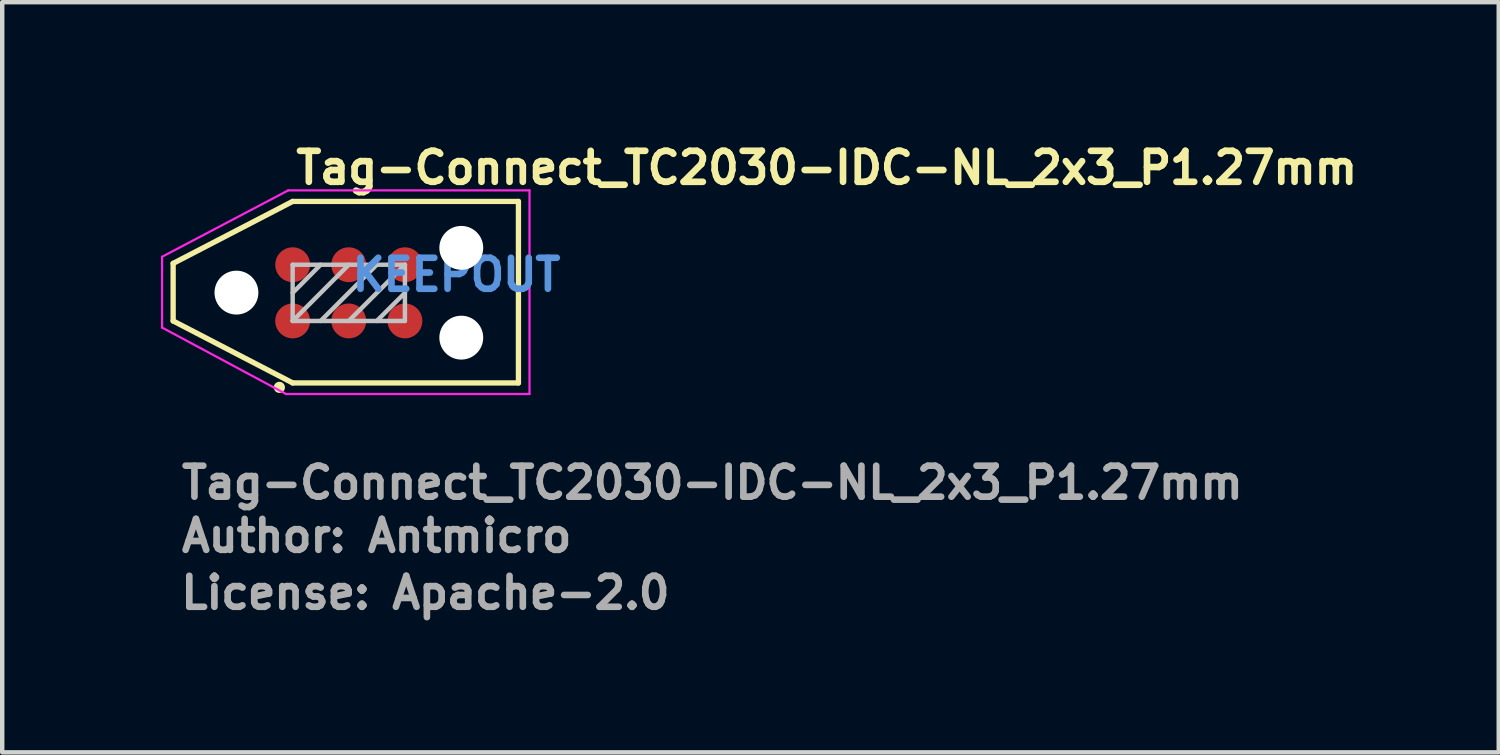
<source format=kicad_pcb>
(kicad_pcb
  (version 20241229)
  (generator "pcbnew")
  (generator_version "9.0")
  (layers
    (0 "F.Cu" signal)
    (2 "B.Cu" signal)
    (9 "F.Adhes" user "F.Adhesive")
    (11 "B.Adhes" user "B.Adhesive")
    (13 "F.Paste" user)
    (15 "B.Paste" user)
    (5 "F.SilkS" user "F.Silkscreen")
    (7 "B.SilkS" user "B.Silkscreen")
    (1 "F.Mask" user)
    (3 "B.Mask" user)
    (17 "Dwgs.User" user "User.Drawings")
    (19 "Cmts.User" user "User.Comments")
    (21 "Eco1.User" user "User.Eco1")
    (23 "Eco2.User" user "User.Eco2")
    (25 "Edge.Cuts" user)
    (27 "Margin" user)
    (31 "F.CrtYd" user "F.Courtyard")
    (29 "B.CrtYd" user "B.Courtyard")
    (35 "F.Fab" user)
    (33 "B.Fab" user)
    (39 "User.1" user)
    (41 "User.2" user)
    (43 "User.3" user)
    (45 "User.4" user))
  (footprint "Tag-Connect_TC2030-IDC-NL_2x3_P1.27mm"
    (layer "F.Cu")
    (at 3.561 4.2)
    (property "Reference" "Tag-Connect_TC2030-IDC-NL_2x3_P1.27mm" (at 0 -3.05 0) (layer "F.SilkS") (effects (font (size 0.7 0.7) (thickness 0.15)) (justify left bottom)))
    (attr exclude_from_bom)
    (fp_line (start -2.7 -1.3) (end 0 -2.7) (stroke (width 0.12) (type solid)) (layer "F.SilkS"))
    (fp_line (start -2.7 0) (end -2.7 -1.3) (stroke (width 0.12) (type solid)) (layer "F.SilkS"))
    (fp_line (start 0 -2.7) (end 5.1 -2.7) (stroke (width 0.12) (type solid)) (layer "F.SilkS"))
    (fp_line (start 0 1.4) (end -2.7 0) (stroke (width 0.12) (type solid)) (layer "F.SilkS"))
    (fp_line (start 5.1 -2.7) (end 5.1 1.4) (stroke (width 0.12) (type solid)) (layer "F.SilkS"))
    (fp_line (start 5.1 1.4) (end 0 1.4) (stroke (width 0.12) (type solid)) (layer "F.SilkS"))
    (fp_circle (center -0.3 1.5) (end -0.249 1.5) (stroke (width 0.15) (type solid)) (fill yes) (layer "F.SilkS"))
    (fp_line (start 0 -1.27) (end 2.536 -1.27) (stroke (width 0.1) (type solid)) (layer "Dwgs.User"))
    (fp_line (start 0 -0.634) (end 0.631 -1.27) (stroke (width 0.1) (type solid)) (layer "Dwgs.User"))
    (fp_line (start 0 0) (end 0 -1.27) (stroke (width 0.1) (type solid)) (layer "Dwgs.User"))
    (fp_line (start 0 0) (end 1.267 -1.27) (stroke (width 0.1) (type solid)) (layer "Dwgs.User"))
    (fp_line (start 0.631 0) (end 1.9 -1.27) (stroke (width 0.1) (type solid)) (layer "Dwgs.User"))
    (fp_line (start 1.267 0) (end 2.536 -1.27) (stroke (width 0.1) (type solid)) (layer "Dwgs.User"))
    (fp_line (start 1.9 0) (end 2.536 -0.634) (stroke (width 0.1) (type solid)) (layer "Dwgs.User"))
    (fp_line (start 2.536 -1.27) (end 2.536 0) (stroke (width 0.1) (type solid)) (layer "Dwgs.User"))
    (fp_line (start 2.536 0) (end 0 0) (stroke (width 0.1) (type solid)) (layer "Dwgs.User"))
    (fp_line (start -2.95 0.15) (end -2.95 -1.45) (stroke (width 0.05) (type solid)) (layer "F.CrtYd"))
    (fp_line (start -2.95 0.15) (end -0.15 1.65) (stroke (width 0.05) (type solid)) (layer "F.CrtYd"))
    (fp_line (start -0.1 -2.95) (end -2.95 -1.45) (stroke (width 0.05) (type solid)) (layer "F.CrtYd"))
    (fp_line (start -0.1 -2.95) (end 5.35 -2.95) (stroke (width 0.05) (type solid)) (layer "F.CrtYd"))
    (fp_line (start 5.35 -2.95) (end 5.35 1.65) (stroke (width 0.05) (type solid)) (layer "F.CrtYd"))
    (fp_line (start 5.35 1.65) (end -0.15 1.65) (stroke (width 0.05) (type solid)) (layer "F.CrtYd"))
    (fp_line (start -3.511 -2.552) (end -3.508 -2.629) (stroke (width 0.1) (type solid)) (layer "User.9"))
    (fp_line (start -3.511 -2.552) (end -3.505 -2.552) (stroke (width 0.1) (type solid)) (layer "User.9"))
    (fp_line (start -3.511 1.348) (end -3.511 -2.552) (stroke (width 0.1) (type solid)) (layer "User.9"))
    (fp_line (start -3.511 1.348) (end -3.511 1.348) (stroke (width 0.1) (type solid)) (layer "User.9"))
    (fp_line (start -3.511 1.348) (end -3.509 1.348) (stroke (width 0.1) (type solid)) (layer "User.9"))
    (fp_line (start -3.509 1.348) (end -3.506 1.348) (stroke (width 0.1) (type solid)) (layer "User.9"))
    (fp_line (start -3.508 -2.629) (end -3.499 -2.706) (stroke (width 0.1) (type solid)) (layer "User.9"))
    (fp_line (start -3.507 1.435) (end -3.511 1.348) (stroke (width 0.1) (type solid)) (layer "User.9"))
    (fp_line (start -3.506 1.348) (end -3.502 1.348) (stroke (width 0.1) (type solid)) (layer "User.9"))
    (fp_line (start -3.505 -2.552) (end -3.486 -2.552) (stroke (width 0.1) (type solid)) (layer "User.9"))
    (fp_line (start -3.502 1.348) (end -3.498 1.348) (stroke (width 0.1) (type solid)) (layer "User.9"))
    (fp_line (start -3.499 -2.706) (end -3.484 -2.782) (stroke (width 0.1) (type solid)) (layer "User.9"))
    (fp_line (start -3.498 1.348) (end -3.492 1.348) (stroke (width 0.1) (type solid)) (layer "User.9"))
    (fp_line (start -3.496 1.522) (end -3.507 1.435) (stroke (width 0.1) (type solid)) (layer "User.9"))
    (fp_line (start -3.492 1.348) (end -3.484 1.348) (stroke (width 0.1) (type solid)) (layer "User.9"))
    (fp_line (start -3.486 -2.552) (end -3.455 -2.552) (stroke (width 0.1) (type solid)) (layer "User.9"))
    (fp_line (start -3.484 -2.782) (end -3.464 -2.856) (stroke (width 0.1) (type solid)) (layer "User.9"))
    (fp_line (start -3.484 1.348) (end -3.476 1.348) (stroke (width 0.1) (type solid)) (layer "User.9"))
    (fp_line (start -3.477 1.607) (end -3.496 1.522) (stroke (width 0.1) (type solid)) (layer "User.9"))
    (fp_line (start -3.476 1.348) (end -3.467 1.348) (stroke (width 0.1) (type solid)) (layer "User.9"))
    (fp_line (start -3.467 1.348) (end -3.457 1.348) (stroke (width 0.1) (type solid)) (layer "User.9"))
    (fp_line (start -3.464 -2.856) (end -3.437 -2.929) (stroke (width 0.1) (type solid)) (layer "User.9"))
    (fp_line (start -3.457 1.348) (end -3.446 1.348) (stroke (width 0.1) (type solid)) (layer "User.9"))
    (fp_line (start -3.455 -2.552) (end -3.412 -2.552) (stroke (width 0.1) (type solid)) (layer "User.9"))
    (fp_line (start -3.451 1.69) (end -3.477 1.607) (stroke (width 0.1) (type solid)) (layer "User.9"))
    (fp_line (start -3.446 1.348) (end -3.433 1.348) (stroke (width 0.1) (type solid)) (layer "User.9"))
    (fp_line (start -3.437 -2.929) (end -3.406 -2.999) (stroke (width 0.1) (type solid)) (layer "User.9"))
    (fp_line (start -3.433 1.348) (end -3.42 1.348) (stroke (width 0.1) (type solid)) (layer "User.9"))
    (fp_line (start -3.42 1.348) (end -3.406 1.348) (stroke (width 0.1) (type solid)) (layer "User.9"))
    (fp_line (start -3.418 1.771) (end -3.451 1.69) (stroke (width 0.1) (type solid)) (layer "User.9"))
    (fp_line (start -3.412 -2.552) (end -3.358 -2.552) (stroke (width 0.1) (type solid)) (layer "User.9"))
    (fp_line (start -3.406 -2.999) (end -3.364 -3.073) (stroke (width 0.1) (type solid)) (layer "User.9"))
    (fp_line (start -3.406 1.348) (end -3.368 1.348) (stroke (width 0.1) (type solid)) (layer "User.9"))
    (fp_line (start -3.387 -3.029) (end -3.406 -2.999) (stroke (width 0.1) (type solid)) (layer "User.9"))
    (fp_line (start -3.387 1.426) (end -3.406 1.348) (stroke (width 0.1) (type solid)) (layer "User.9"))
    (fp_line (start -3.377 1.848) (end -3.418 1.771) (stroke (width 0.1) (type solid)) (layer "User.9"))
    (fp_line (start -3.368 1.348) (end -3.324 1.348) (stroke (width 0.1) (type solid)) (layer "User.9"))
    (fp_line (start -3.364 -3.073) (end -3.317 -3.144) (stroke (width 0.1) (type solid)) (layer "User.9"))
    (fp_line (start -3.361 -3.055) (end -3.387 -3.029) (stroke (width 0.1) (type solid)) (layer "User.9"))
    (fp_line (start -3.361 1.504) (end -3.387 1.426) (stroke (width 0.1) (type solid)) (layer "User.9"))
    (fp_line (start -3.358 -2.552) (end -3.293 -2.552) (stroke (width 0.1) (type solid)) (layer "User.9"))
    (fp_line (start -3.33 1.922) (end -3.377 1.848) (stroke (width 0.1) (type solid)) (layer "User.9"))
    (fp_line (start -3.33 -3.077) (end -3.361 -3.055) (stroke (width 0.1) (type solid)) (layer "User.9"))
    (fp_line (start -3.33 1.58) (end -3.361 1.504) (stroke (width 0.1) (type solid)) (layer "User.9"))
    (fp_line (start -3.324 1.348) (end -3.275 1.348) (stroke (width 0.1) (type solid)) (layer "User.9"))
    (fp_line (start -3.317 -3.144) (end -3.264 -3.21) (stroke (width 0.1) (type solid)) (layer "User.9"))
    (fp_line (start -3.293 -2.552) (end -3.218 -2.552) (stroke (width 0.1) (type solid)) (layer "User.9"))
    (fp_line (start -3.292 -3.096) (end -3.33 -3.077) (stroke (width 0.1) (type solid)) (layer "User.9"))
    (fp_line (start -3.292 1.655) (end -3.33 1.58) (stroke (width 0.1) (type solid)) (layer "User.9"))
    (fp_line (start -3.277 1.991) (end -3.33 1.922) (stroke (width 0.1) (type solid)) (layer "User.9"))
    (fp_line (start -3.275 1.348) (end -3.222 1.348) (stroke (width 0.1) (type solid)) (layer "User.9"))
    (fp_line (start -3.264 -3.21) (end -3.205 -3.272) (stroke (width 0.1) (type solid)) (layer "User.9"))
    (fp_line (start -3.249 -3.11) (end -3.292 -3.096) (stroke (width 0.1) (type solid)) (layer "User.9"))
    (fp_line (start -3.249 1.727) (end -3.292 1.655) (stroke (width 0.1) (type solid)) (layer "User.9"))
    (fp_line (start -3.222 1.348) (end -3.164 1.348) (stroke (width 0.1) (type solid)) (layer "User.9"))
    (fp_line (start -3.218 -2.552) (end -3.135 -2.552) (stroke (width 0.1) (type solid)) (layer "User.9"))
    (fp_line (start -3.218 2.055) (end -3.277 1.991) (stroke (width 0.1) (type solid)) (layer "User.9"))
    (fp_line (start -3.205 -3.272) (end -3.141 -3.328) (stroke (width 0.1) (type solid)) (layer "User.9"))
    (fp_line (start -3.201 -3.121) (end -3.249 -3.11) (stroke (width 0.1) (type solid)) (layer "User.9"))
    (fp_line (start -3.201 1.797) (end -3.249 1.727) (stroke (width 0.1) (type solid)) (layer "User.9"))
    (fp_line (start -3.164 1.348) (end -3.103 1.348) (stroke (width 0.1) (type solid)) (layer "User.9"))
    (fp_line (start -3.154 2.114) (end -3.218 2.055) (stroke (width 0.1) (type solid)) (layer "User.9"))
    (fp_line (start -3.147 -3.127) (end -3.201 -3.121) (stroke (width 0.1) (type solid)) (layer "User.9"))
    (fp_line (start -3.147 1.863) (end -3.201 1.797) (stroke (width 0.1) (type solid)) (layer "User.9"))
    (fp_line (start -3.141 -3.328) (end -3.073 -3.379) (stroke (width 0.1) (type solid)) (layer "User.9"))
    (fp_line (start -3.135 -2.552) (end -3.043 -2.552) (stroke (width 0.1) (type solid)) (layer "User.9"))
    (fp_line (start -3.103 1.348) (end -3.037 1.348) (stroke (width 0.1) (type solid)) (layer "User.9"))
    (fp_line (start -3.089 -3.129) (end -3.147 -3.127) (stroke (width 0.1) (type solid)) (layer "User.9"))
    (fp_line (start -3.089 -3.129) (end -3.026 -3.127) (stroke (width 0.1) (type solid)) (layer "User.9"))
    (fp_line (start -3.089 1.926) (end -3.147 1.863) (stroke (width 0.1) (type solid)) (layer "User.9"))
    (fp_line (start -3.089 1.926) (end -3.026 1.984) (stroke (width 0.1) (type solid)) (layer "User.9"))
    (fp_line (start -3.085 2.167) (end -3.154 2.114) (stroke (width 0.1) (type solid)) (layer "User.9"))
    (fp_line (start -3.073 -3.379) (end -3 -3.424) (stroke (width 0.1) (type solid)) (layer "User.9"))
    (fp_line (start -3.043 -2.552) (end -2.945 -2.552) (stroke (width 0.1) (type solid)) (layer "User.9"))
    (fp_line (start -3.037 1.348) (end -2.968 1.348) (stroke (width 0.1) (type solid)) (layer "User.9"))
    (fp_line (start -3.026 -3.127) (end -2.96 -3.121) (stroke (width 0.1) (type solid)) (layer "User.9"))
    (fp_line (start -3.026 1.984) (end -2.96 2.038) (stroke (width 0.1) (type solid)) (layer "User.9"))
    (fp_line (start -3.011 2.214) (end -3.085 2.167) (stroke (width 0.1) (type solid)) (layer "User.9"))
    (fp_line (start -3 -3.424) (end -2.924 -3.462) (stroke (width 0.1) (type solid)) (layer "User.9"))
    (fp_line (start -2.968 1.348) (end -2.896 1.348) (stroke (width 0.1) (type solid)) (layer "User.9"))
    (fp_line (start -2.96 -3.121) (end -2.89 -3.11) (stroke (width 0.1) (type solid)) (layer "User.9"))
    (fp_line (start -2.96 2.038) (end -2.89 2.086) (stroke (width 0.1) (type solid)) (layer "User.9"))
    (fp_line (start -2.945 -2.552) (end -2.841 -2.552) (stroke (width 0.1) (type solid)) (layer "User.9"))
    (fp_line (start -2.934 2.255) (end -3.011 2.214) (stroke (width 0.1) (type solid)) (layer "User.9"))
    (fp_line (start -2.924 -3.462) (end -2.845 -3.494) (stroke (width 0.1) (type solid)) (layer "User.9"))
    (fp_line (start -2.896 1.348) (end -2.822 1.348) (stroke (width 0.1) (type solid)) (layer "User.9"))
    (fp_line (start -2.89 -3.11) (end -2.818 -3.096) (stroke (width 0.1) (type solid)) (layer "User.9"))
    (fp_line (start -2.89 2.086) (end -2.818 2.129) (stroke (width 0.1) (type solid)) (layer "User.9"))
    (fp_line (start -2.853 2.288) (end -2.934 2.255) (stroke (width 0.1) (type solid)) (layer "User.9"))
    (fp_line (start -2.845 -3.494) (end -2.764 -3.519) (stroke (width 0.1) (type solid)) (layer "User.9"))
    (fp_line (start -2.841 -2.552) (end -2.734 -2.552) (stroke (width 0.1) (type solid)) (layer "User.9"))
    (fp_line (start -2.822 1.348) (end -2.746 1.348) (stroke (width 0.1) (type solid)) (layer "User.9"))
    (fp_line (start -2.818 -3.096) (end -2.743 -3.077) (stroke (width 0.1) (type solid)) (layer "User.9"))
    (fp_line (start -2.818 2.129) (end -2.743 2.167) (stroke (width 0.1) (type solid)) (layer "User.9"))
    (fp_line (start -2.77 2.314) (end -2.853 2.288) (stroke (width 0.1) (type solid)) (layer "User.9"))
    (fp_line (start -2.764 -3.519) (end -2.681 -3.537) (stroke (width 0.1) (type solid)) (layer "User.9"))
    (fp_line (start -2.746 1.348) (end -2.669 1.348) (stroke (width 0.1) (type solid)) (layer "User.9"))
    (fp_line (start -2.743 -3.077) (end -2.667 -3.055) (stroke (width 0.1) (type solid)) (layer "User.9"))
    (fp_line (start -2.743 2.167) (end -2.667 2.199) (stroke (width 0.1) (type solid)) (layer "User.9"))
    (fp_line (start -2.734 -2.552) (end -2.623 -2.552) (stroke (width 0.1) (type solid)) (layer "User.9"))
    (fp_line (start -2.685 2.333) (end -2.77 2.314) (stroke (width 0.1) (type solid)) (layer "User.9"))
    (fp_line (start -2.681 -3.537) (end -2.596 -3.548) (stroke (width 0.1) (type solid)) (layer "User.9"))
    (fp_line (start -2.669 1.348) (end -2.59 1.348) (stroke (width 0.1) (type solid)) (layer "User.9"))
    (fp_line (start -2.667 -3.055) (end -2.589 -3.029) (stroke (width 0.1) (type solid)) (layer "User.9"))
    (fp_line (start -2.667 2.199) (end -2.589 2.224) (stroke (width 0.1) (type solid)) (layer "User.9"))
    (fp_line (start -2.623 -2.552) (end -2.511 -2.552) (stroke (width 0.1) (type solid)) (layer "User.9"))
    (fp_line (start -2.598 2.344) (end -2.685 2.333) (stroke (width 0.1) (type solid)) (layer "User.9"))
    (fp_line (start -2.596 -3.548) (end -2.511 -3.552) (stroke (width 0.1) (type solid)) (layer "User.9"))
    (fp_line (start -2.59 1.348) (end -2.511 1.348) (stroke (width 0.1) (type solid)) (layer "User.9"))
    (fp_line (start -2.589 -3.029) (end -2.511 -2.999) (stroke (width 0.1) (type solid)) (layer "User.9"))
    (fp_line (start -2.589 2.224) (end -2.511 2.243) (stroke (width 0.1) (type solid)) (layer "User.9"))
    (fp_line (start -2.511 -3.552) (end -2.511 -3.549) (stroke (width 0.1) (type solid)) (layer "User.9"))
    (fp_line (start -2.511 -3.552) (end 4.989 -3.552) (stroke (width 0.1) (type solid)) (layer "User.9"))
    (fp_line (start -2.511 -3.549) (end -2.511 -3.539) (stroke (width 0.1) (type solid)) (layer "User.9"))
    (fp_line (start -2.511 -3.539) (end -2.511 -3.524) (stroke (width 0.1) (type solid)) (layer "User.9"))
    (fp_line (start -2.511 -3.524) (end -2.511 -3.502) (stroke (width 0.1) (type solid)) (layer "User.9"))
    (fp_line (start -2.511 -3.502) (end -2.511 -3.475) (stroke (width 0.1) (type solid)) (layer "User.9"))
    (fp_line (start -2.511 -3.475) (end -2.511 -3.441) (stroke (width 0.1) (type solid)) (layer "User.9"))
    (fp_line (start -2.511 -3.441) (end -2.511 -3.402) (stroke (width 0.1) (type solid)) (layer "User.9"))
    (fp_line (start -2.511 -3.402) (end -2.511 -3.358) (stroke (width 0.1) (type solid)) (layer "User.9"))
    (fp_line (start -2.511 -3.358) (end -2.511 -3.309) (stroke (width 0.1) (type solid)) (layer "User.9"))
    (fp_line (start -2.511 -3.309) (end -2.511 -3.255) (stroke (width 0.1) (type solid)) (layer "User.9"))
    (fp_line (start -2.511 -3.255) (end -2.511 -3.197) (stroke (width 0.1) (type solid)) (layer "User.9"))
    (fp_line (start -2.511 -3.197) (end -2.511 -3.134) (stroke (width 0.1) (type solid)) (layer "User.9"))
    (fp_line (start -2.511 -3.134) (end -2.511 -3.068) (stroke (width 0.1) (type solid)) (layer "User.9"))
    (fp_line (start -2.511 -3.068) (end -2.511 -2.999) (stroke (width 0.1) (type solid)) (layer "User.9"))
    (fp_line (start -2.511 -2.999) (end -2.511 -2.969) (stroke (width 0.1) (type solid)) (layer "User.9"))
    (fp_line (start -2.511 -2.969) (end -2.511 -2.939) (stroke (width 0.1) (type solid)) (layer "User.9"))
    (fp_line (start -2.511 -2.939) (end -2.511 -2.908) (stroke (width 0.1) (type solid)) (layer "User.9"))
    (fp_line (start -2.511 -2.908) (end -2.511 -2.877) (stroke (width 0.1) (type solid)) (layer "User.9"))
    (fp_line (start -2.511 -2.877) (end -2.511 -2.845) (stroke (width 0.1) (type solid)) (layer "User.9"))
    (fp_line (start -2.511 -2.845) (end -2.511 -2.814) (stroke (width 0.1) (type solid)) (layer "User.9"))
    (fp_line (start -2.511 -2.814) (end -2.511 -2.782) (stroke (width 0.1) (type solid)) (layer "User.9"))
    (fp_line (start -2.511 -2.782) (end -2.511 -2.749) (stroke (width 0.1) (type solid)) (layer "User.9"))
    (fp_line (start -2.511 -2.749) (end -2.511 -2.717) (stroke (width 0.1) (type solid)) (layer "User.9"))
    (fp_line (start -2.511 -2.717) (end -2.511 -2.684) (stroke (width 0.1) (type solid)) (layer "User.9"))
    (fp_line (start -2.511 -2.684) (end -2.511 -2.651) (stroke (width 0.1) (type solid)) (layer "User.9"))
    (fp_line (start -2.511 -2.651) (end -2.511 -2.618) (stroke (width 0.1) (type solid)) (layer "User.9"))
    (fp_line (start -2.511 -2.618) (end -2.511 -2.585) (stroke (width 0.1) (type solid)) (layer "User.9"))
    (fp_line (start -2.511 -2.585) (end -2.511 -2.552) (stroke (width 0.1) (type solid)) (layer "User.9"))
    (fp_line (start -2.511 -2.552) (end -2.511 1.348) (stroke (width 0.1) (type solid)) (layer "User.9"))
    (fp_line (start -2.511 -2.552) (end 4.989 -2.552) (stroke (width 0.1) (type solid)) (layer "User.9"))
    (fp_line (start -2.511 1.348) (end -2.511 1.427) (stroke (width 0.1) (type solid)) (layer "User.9"))
    (fp_line (start -2.511 1.348) (end 4.989 1.348) (stroke (width 0.1) (type solid)) (layer "User.9"))
    (fp_line (start -2.511 1.427) (end -2.511 1.506) (stroke (width 0.1) (type solid)) (layer "User.9"))
    (fp_line (start -2.511 1.506) (end -2.511 1.583) (stroke (width 0.1) (type solid)) (layer "User.9"))
    (fp_line (start -2.511 1.583) (end -2.511 1.659) (stroke (width 0.1) (type solid)) (layer "User.9"))
    (fp_line (start -2.511 1.659) (end -2.511 1.733) (stroke (width 0.1) (type solid)) (layer "User.9"))
    (fp_line (start -2.511 1.733) (end -2.511 1.805) (stroke (width 0.1) (type solid)) (layer "User.9"))
    (fp_line (start -2.511 1.805) (end -2.511 1.874) (stroke (width 0.1) (type solid)) (layer "User.9"))
    (fp_line (start -2.511 1.874) (end -2.511 1.94) (stroke (width 0.1) (type solid)) (layer "User.9"))
    (fp_line (start -2.511 1.94) (end -2.511 2.001) (stroke (width 0.1) (type solid)) (layer "User.9"))
    (fp_line (start -2.511 2.001) (end -2.511 2.059) (stroke (width 0.1) (type solid)) (layer "User.9"))
    (fp_line (start -2.511 2.059) (end -2.511 2.113) (stroke (width 0.1) (type solid)) (layer "User.9"))
    (fp_line (start -2.511 2.113) (end -2.511 2.161) (stroke (width 0.1) (type solid)) (layer "User.9"))
    (fp_line (start -2.511 2.161) (end -2.511 2.205) (stroke (width 0.1) (type solid)) (layer "User.9"))
    (fp_line (start -2.511 2.205) (end -2.511 2.243) (stroke (width 0.1) (type solid)) (layer "User.9"))
    (fp_line (start -2.511 2.243) (end -2.511 2.257) (stroke (width 0.1) (type solid)) (layer "User.9"))
    (fp_line (start -2.511 2.257) (end -2.511 2.27) (stroke (width 0.1) (type solid)) (layer "User.9"))
    (fp_line (start -2.511 2.27) (end -2.511 2.283) (stroke (width 0.1) (type solid)) (layer "User.9"))
    (fp_line (start -2.511 2.283) (end -2.511 2.294) (stroke (width 0.1) (type solid)) (layer "User.9"))
    (fp_line (start -2.511 2.294) (end -2.511 2.304) (stroke (width 0.1) (type solid)) (layer "User.9"))
    (fp_line (start -2.511 2.304) (end -2.511 2.313) (stroke (width 0.1) (type solid)) (layer "User.9"))
    (fp_line (start -2.511 2.313) (end -2.511 2.321) (stroke (width 0.1) (type solid)) (layer "User.9"))
    (fp_line (start -2.511 2.321) (end -2.511 2.329) (stroke (width 0.1) (type solid)) (layer "User.9"))
    (fp_line (start -2.511 2.329) (end -2.511 2.335) (stroke (width 0.1) (type solid)) (layer "User.9"))
    (fp_line (start -2.511 2.335) (end -2.511 2.339) (stroke (width 0.1) (type solid)) (layer "User.9"))
    (fp_line (start -2.511 2.339) (end -2.511 2.343) (stroke (width 0.1) (type solid)) (layer "User.9"))
    (fp_line (start -2.511 2.343) (end -2.511 2.346) (stroke (width 0.1) (type solid)) (layer "User.9"))
    (fp_line (start -2.511 2.346) (end -2.511 2.348) (stroke (width 0.1) (type solid)) (layer "User.9"))
    (fp_line (start -2.511 2.348) (end -2.511 2.348) (stroke (width 0.1) (type solid)) (layer "User.9"))
    (fp_line (start -2.511 2.348) (end -2.598 2.344) (stroke (width 0.1) (type solid)) (layer "User.9"))
    (fp_line (start -2.511 2.348) (end 4.989 2.348) (stroke (width 0.1) (type solid)) (layer "User.9"))
    (fp_line (start 4.989 -3.552) (end 5.074 -3.548) (stroke (width 0.1) (type solid)) (layer "User.9"))
    (fp_line (start 4.989 -3.549) (end 4.989 -3.552) (stroke (width 0.1) (type solid)) (layer "User.9"))
    (fp_line (start 4.989 -3.539) (end 4.989 -3.549) (stroke (width 0.1) (type solid)) (layer "User.9"))
    (fp_line (start 4.989 -3.524) (end 4.989 -3.539) (stroke (width 0.1) (type solid)) (layer "User.9"))
    (fp_line (start 4.989 -3.502) (end 4.989 -3.524) (stroke (width 0.1) (type solid)) (layer "User.9"))
    (fp_line (start 4.989 -3.475) (end 4.989 -3.502) (stroke (width 0.1) (type solid)) (layer "User.9"))
    (fp_line (start 4.989 -3.441) (end 4.989 -3.475) (stroke (width 0.1) (type solid)) (layer "User.9"))
    (fp_line (start 4.989 -3.402) (end 4.989 -3.441) (stroke (width 0.1) (type solid)) (layer "User.9"))
    (fp_line (start 4.989 -3.358) (end 4.989 -3.402) (stroke (width 0.1) (type solid)) (layer "User.9"))
    (fp_line (start 4.989 -3.309) (end 4.989 -3.358) (stroke (width 0.1) (type solid)) (layer "User.9"))
    (fp_line (start 4.989 -3.255) (end 4.989 -3.309) (stroke (width 0.1) (type solid)) (layer "User.9"))
    (fp_line (start 4.989 -3.197) (end 4.989 -3.255) (stroke (width 0.1) (type solid)) (layer "User.9"))
    (fp_line (start 4.989 -3.134) (end 4.989 -3.197) (stroke (width 0.1) (type solid)) (layer "User.9"))
    (fp_line (start 4.989 -3.068) (end 4.989 -3.134) (stroke (width 0.1) (type solid)) (layer "User.9"))
    (fp_line (start 4.989 -2.999) (end 4.989 -3.068) (stroke (width 0.1) (type solid)) (layer "User.9"))
    (fp_line (start 4.989 -2.969) (end 4.989 -2.999) (stroke (width 0.1) (type solid)) (layer "User.9"))
    (fp_line (start 4.989 -2.939) (end 4.989 -2.969) (stroke (width 0.1) (type solid)) (layer "User.9"))
    (fp_line (start 4.989 -2.908) (end 4.989 -2.939) (stroke (width 0.1) (type solid)) (layer "User.9"))
    (fp_line (start 4.989 -2.877) (end 4.989 -2.908) (stroke (width 0.1) (type solid)) (layer "User.9"))
    (fp_line (start 4.989 -2.845) (end 4.989 -2.877) (stroke (width 0.1) (type solid)) (layer "User.9"))
    (fp_line (start 4.989 -2.814) (end 4.989 -2.845) (stroke (width 0.1) (type solid)) (layer "User.9"))
    (fp_line (start 4.989 -2.782) (end 4.989 -2.814) (stroke (width 0.1) (type solid)) (layer "User.9"))
    (fp_line (start 4.989 -2.749) (end 4.989 -2.782) (stroke (width 0.1) (type solid)) (layer "User.9"))
    (fp_line (start 4.989 -2.717) (end 4.989 -2.749) (stroke (width 0.1) (type solid)) (layer "User.9"))
    (fp_line (start 4.989 -2.684) (end 4.989 -2.717) (stroke (width 0.1) (type solid)) (layer "User.9"))
    (fp_line (start 4.989 -2.651) (end 4.989 -2.684) (stroke (width 0.1) (type solid)) (layer "User.9"))
    (fp_line (start 4.989 -2.618) (end 4.989 -2.651) (stroke (width 0.1) (type solid)) (layer "User.9"))
    (fp_line (start 4.989 -2.585) (end 4.989 -2.618) (stroke (width 0.1) (type solid)) (layer "User.9"))
    (fp_line (start 4.989 -2.552) (end 4.989 -2.585) (stroke (width 0.1) (type solid)) (layer "User.9"))
    (fp_line (start 4.989 -2.552) (end 5.101 -2.552) (stroke (width 0.1) (type solid)) (layer "User.9"))
    (fp_line (start 4.989 1.348) (end 4.989 -2.552) (stroke (width 0.1) (type solid)) (layer "User.9"))
    (fp_line (start 4.989 1.348) (end 5.101 1.348) (stroke (width 0.1) (type solid)) (layer "User.9"))
    (fp_line (start 4.989 1.381) (end 4.989 1.348) (stroke (width 0.1) (type solid)) (layer "User.9"))
    (fp_line (start 4.989 1.414) (end 4.989 1.381) (stroke (width 0.1) (type solid)) (layer "User.9"))
    (fp_line (start 4.989 1.447) (end 4.989 1.414) (stroke (width 0.1) (type solid)) (layer "User.9"))
    (fp_line (start 4.989 1.48) (end 4.989 1.447) (stroke (width 0.1) (type solid)) (layer "User.9"))
    (fp_line (start 4.989 1.513) (end 4.989 1.48) (stroke (width 0.1) (type solid)) (layer "User.9"))
    (fp_line (start 4.989 1.546) (end 4.989 1.513) (stroke (width 0.1) (type solid)) (layer "User.9"))
    (fp_line (start 4.989 1.578) (end 4.989 1.546) (stroke (width 0.1) (type solid)) (layer "User.9"))
    (fp_line (start 4.989 1.61) (end 4.989 1.578) (stroke (width 0.1) (type solid)) (layer "User.9"))
    (fp_line (start 4.989 1.642) (end 4.989 1.61) (stroke (width 0.1) (type solid)) (layer "User.9"))
    (fp_line (start 4.989 1.673) (end 4.989 1.642) (stroke (width 0.1) (type solid)) (layer "User.9"))
    (fp_line (start 4.989 1.705) (end 4.989 1.673) (stroke (width 0.1) (type solid)) (layer "User.9"))
    (fp_line (start 4.989 1.735) (end 4.989 1.705) (stroke (width 0.1) (type solid)) (layer "User.9"))
    (fp_line (start 4.989 1.766) (end 4.989 1.735) (stroke (width 0.1) (type solid)) (layer "User.9"))
    (fp_line (start 4.989 1.795) (end 4.989 1.766) (stroke (width 0.1) (type solid)) (layer "User.9"))
    (fp_line (start 4.989 1.865) (end 4.989 1.795) (stroke (width 0.1) (type solid)) (layer "User.9"))
    (fp_line (start 4.989 1.931) (end 4.989 1.865) (stroke (width 0.1) (type solid)) (layer "User.9"))
    (fp_line (start 4.989 1.993) (end 4.989 1.931) (stroke (width 0.1) (type solid)) (layer "User.9"))
    (fp_line (start 4.989 2.052) (end 4.989 1.993) (stroke (width 0.1) (type solid)) (layer "User.9"))
    (fp_line (start 4.989 2.105) (end 4.989 2.052) (stroke (width 0.1) (type solid)) (layer "User.9"))
    (fp_line (start 4.989 2.155) (end 4.989 2.105) (stroke (width 0.1) (type solid)) (layer "User.9"))
    (fp_line (start 4.989 2.199) (end 4.989 2.155) (stroke (width 0.1) (type solid)) (layer "User.9"))
    (fp_line (start 4.989 2.238) (end 4.989 2.199) (stroke (width 0.1) (type solid)) (layer "User.9"))
    (fp_line (start 4.989 2.271) (end 4.989 2.238) (stroke (width 0.1) (type solid)) (layer "User.9"))
    (fp_line (start 4.989 2.299) (end 4.989 2.271) (stroke (width 0.1) (type solid)) (layer "User.9"))
    (fp_line (start 4.989 2.32) (end 4.989 2.299) (stroke (width 0.1) (type solid)) (layer "User.9"))
    (fp_line (start 4.989 2.336) (end 4.989 2.32) (stroke (width 0.1) (type solid)) (layer "User.9"))
    (fp_line (start 4.989 2.345) (end 4.989 2.336) (stroke (width 0.1) (type solid)) (layer "User.9"))
    (fp_line (start 4.989 2.348) (end 4.989 2.345) (stroke (width 0.1) (type solid)) (layer "User.9"))
    (fp_line (start 5.067 -3.029) (end 4.989 -2.999) (stroke (width 0.1) (type solid)) (layer "User.9"))
    (fp_line (start 5.067 1.825) (end 4.989 1.795) (stroke (width 0.1) (type solid)) (layer "User.9"))
    (fp_line (start 5.074 -3.548) (end 5.158 -3.537) (stroke (width 0.1) (type solid)) (layer "User.9"))
    (fp_line (start 5.074 2.345) (end 4.989 2.348) (stroke (width 0.1) (type solid)) (layer "User.9"))
    (fp_line (start 5.101 -2.552) (end 5.211 -2.552) (stroke (width 0.1) (type solid)) (layer "User.9"))
    (fp_line (start 5.101 1.348) (end 5.211 1.348) (stroke (width 0.1) (type solid)) (layer "User.9"))
    (fp_line (start 5.144 -3.055) (end 5.067 -3.029) (stroke (width 0.1) (type solid)) (layer "User.9"))
    (fp_line (start 5.144 1.851) (end 5.067 1.825) (stroke (width 0.1) (type solid)) (layer "User.9"))
    (fp_line (start 5.158 -3.537) (end 5.242 -3.519) (stroke (width 0.1) (type solid)) (layer "User.9"))
    (fp_line (start 5.158 2.334) (end 5.074 2.345) (stroke (width 0.1) (type solid)) (layer "User.9"))
    (fp_line (start 5.211 -2.552) (end 5.319 -2.552) (stroke (width 0.1) (type solid)) (layer "User.9"))
    (fp_line (start 5.211 1.348) (end 5.319 1.348) (stroke (width 0.1) (type solid)) (layer "User.9"))
    (fp_line (start 5.221 -3.077) (end 5.144 -3.055) (stroke (width 0.1) (type solid)) (layer "User.9"))
    (fp_line (start 5.221 1.874) (end 5.144 1.851) (stroke (width 0.1) (type solid)) (layer "User.9"))
    (fp_line (start 5.242 -3.519) (end 5.323 -3.494) (stroke (width 0.1) (type solid)) (layer "User.9"))
    (fp_line (start 5.242 2.316) (end 5.158 2.334) (stroke (width 0.1) (type solid)) (layer "User.9"))
    (fp_line (start 5.295 -3.096) (end 5.221 -3.077) (stroke (width 0.1) (type solid)) (layer "User.9"))
    (fp_line (start 5.295 1.892) (end 5.221 1.874) (stroke (width 0.1) (type solid)) (layer "User.9"))
    (fp_line (start 5.319 -2.552) (end 5.423 -2.552) (stroke (width 0.1) (type solid)) (layer "User.9"))
    (fp_line (start 5.319 1.348) (end 5.423 1.348) (stroke (width 0.1) (type solid)) (layer "User.9"))
    (fp_line (start 5.323 -3.494) (end 5.402 -3.462) (stroke (width 0.1) (type solid)) (layer "User.9"))
    (fp_line (start 5.323 2.291) (end 5.242 2.316) (stroke (width 0.1) (type solid)) (layer "User.9"))
    (fp_line (start 5.368 -3.11) (end 5.295 -3.096) (stroke (width 0.1) (type solid)) (layer "User.9"))
    (fp_line (start 5.368 1.907) (end 5.295 1.892) (stroke (width 0.1) (type solid)) (layer "User.9"))
    (fp_line (start 5.402 -3.462) (end 5.478 -3.424) (stroke (width 0.1) (type solid)) (layer "User.9"))
    (fp_line (start 5.402 2.259) (end 5.323 2.291) (stroke (width 0.1) (type solid)) (layer "User.9"))
    (fp_line (start 5.423 -2.552) (end 5.521 -2.552) (stroke (width 0.1) (type solid)) (layer "User.9"))
    (fp_line (start 5.423 1.348) (end 5.521 1.348) (stroke (width 0.1) (type solid)) (layer "User.9"))
    (fp_line (start 5.437 -3.121) (end 5.368 -3.11) (stroke (width 0.1) (type solid)) (layer "User.9"))
    (fp_line (start 5.437 1.917) (end 5.368 1.907) (stroke (width 0.1) (type solid)) (layer "User.9"))
    (fp_line (start 5.478 -3.424) (end 5.55 -3.379) (stroke (width 0.1) (type solid)) (layer "User.9"))
    (fp_line (start 5.478 2.221) (end 5.402 2.259) (stroke (width 0.1) (type solid)) (layer "User.9"))
    (fp_line (start 5.504 -3.127) (end 5.437 -3.121) (stroke (width 0.1) (type solid)) (layer "User.9"))
    (fp_line (start 5.504 1.923) (end 5.437 1.917) (stroke (width 0.1) (type solid)) (layer "User.9"))
    (fp_line (start 5.521 -2.552) (end 5.612 -2.552) (stroke (width 0.1) (type solid)) (layer "User.9"))
    (fp_line (start 5.521 1.348) (end 5.612 1.348) (stroke (width 0.1) (type solid)) (layer "User.9"))
    (fp_line (start 5.55 -3.379) (end 5.619 -3.328) (stroke (width 0.1) (type solid)) (layer "User.9"))
    (fp_line (start 5.55 2.176) (end 5.478 2.221) (stroke (width 0.1) (type solid)) (layer "User.9"))
    (fp_line (start 5.566 -3.129) (end 5.504 -3.127) (stroke (width 0.1) (type solid)) (layer "User.9"))
    (fp_line (start 5.566 -3.129) (end 5.624 -3.127) (stroke (width 0.1) (type solid)) (layer "User.9"))
    (fp_line (start 5.566 1.926) (end 5.504 1.923) (stroke (width 0.1) (type solid)) (layer "User.9"))
    (fp_line (start 5.566 1.926) (end 5.624 1.923) (stroke (width 0.1) (type solid)) (layer "User.9"))
    (fp_line (start 5.612 -2.552) (end 5.696 -2.552) (stroke (width 0.1) (type solid)) (layer "User.9"))
    (fp_line (start 5.612 1.348) (end 5.696 1.348) (stroke (width 0.1) (type solid)) (layer "User.9"))
    (fp_line (start 5.619 -3.328) (end 5.682 -3.272) (stroke (width 0.1) (type solid)) (layer "User.9"))
    (fp_line (start 5.619 2.125) (end 5.55 2.176) (stroke (width 0.1) (type solid)) (layer "User.9"))
    (fp_line (start 5.624 -3.127) (end 5.678 -3.121) (stroke (width 0.1) (type solid)) (layer "User.9"))
    (fp_line (start 5.624 1.923) (end 5.678 1.917) (stroke (width 0.1) (type solid)) (layer "User.9"))
    (fp_line (start 5.678 -3.121) (end 5.727 -3.11) (stroke (width 0.1) (type solid)) (layer "User.9"))
    (fp_line (start 5.678 1.917) (end 5.727 1.907) (stroke (width 0.1) (type solid)) (layer "User.9"))
    (fp_line (start 5.682 -3.272) (end 5.741 -3.21) (stroke (width 0.1) (type solid)) (layer "User.9"))
    (fp_line (start 5.682 2.069) (end 5.619 2.125) (stroke (width 0.1) (type solid)) (layer "User.9"))
    (fp_line (start 5.696 -2.552) (end 5.771 -2.552) (stroke (width 0.1) (type solid)) (layer "User.9"))
    (fp_line (start 5.696 1.348) (end 5.771 1.348) (stroke (width 0.1) (type solid)) (layer "User.9"))
    (fp_line (start 5.727 -3.11) (end 5.77 -3.096) (stroke (width 0.1) (type solid)) (layer "User.9"))
    (fp_line (start 5.727 1.907) (end 5.77 1.892) (stroke (width 0.1) (type solid)) (layer "User.9"))
    (fp_line (start 5.741 -3.21) (end 5.794 -3.144) (stroke (width 0.1) (type solid)) (layer "User.9"))
    (fp_line (start 5.741 2.007) (end 5.682 2.069) (stroke (width 0.1) (type solid)) (layer "User.9"))
    (fp_line (start 5.77 -3.096) (end 5.808 -3.077) (stroke (width 0.1) (type solid)) (layer "User.9"))
    (fp_line (start 5.77 1.892) (end 5.808 1.874) (stroke (width 0.1) (type solid)) (layer "User.9"))
    (fp_line (start 5.771 -2.552) (end 5.836 -2.552) (stroke (width 0.1) (type solid)) (layer "User.9"))
    (fp_line (start 5.771 1.348) (end 5.836 1.348) (stroke (width 0.1) (type solid)) (layer "User.9"))
    (fp_line (start 5.794 -3.144) (end 5.842 -3.073) (stroke (width 0.1) (type solid)) (layer "User.9"))
    (fp_line (start 5.794 1.941) (end 5.741 2.007) (stroke (width 0.1) (type solid)) (layer "User.9"))
    (fp_line (start 5.808 -3.077) (end 5.839 -3.055) (stroke (width 0.1) (type solid)) (layer "User.9"))
    (fp_line (start 5.808 1.874) (end 5.839 1.851) (stroke (width 0.1) (type solid)) (layer "User.9"))
    (fp_line (start 5.836 -2.552) (end 5.89 -2.552) (stroke (width 0.1) (type solid)) (layer "User.9"))
    (fp_line (start 5.836 1.348) (end 5.89 1.348) (stroke (width 0.1) (type solid)) (layer "User.9"))
    (fp_line (start 5.839 -3.055) (end 5.864 -3.029) (stroke (width 0.1) (type solid)) (layer "User.9"))
    (fp_line (start 5.839 1.851) (end 5.864 1.825) (stroke (width 0.1) (type solid)) (layer "User.9"))
    (fp_line (start 5.842 -3.073) (end 5.883 -2.999) (stroke (width 0.1) (type solid)) (layer "User.9"))
    (fp_line (start 5.842 1.87) (end 5.794 1.941) (stroke (width 0.1) (type solid)) (layer "User.9"))
    (fp_line (start 5.864 -3.029) (end 5.883 -2.999) (stroke (width 0.1) (type solid)) (layer "User.9"))
    (fp_line (start 5.864 1.825) (end 5.883 1.795) (stroke (width 0.1) (type solid)) (layer "User.9"))
    (fp_line (start 5.883 -2.999) (end 5.915 -2.929) (stroke (width 0.1) (type solid)) (layer "User.9"))
    (fp_line (start 5.883 1.795) (end 5.842 1.87) (stroke (width 0.1) (type solid)) (layer "User.9"))
    (fp_line (start 5.89 -2.552) (end 5.933 -2.552) (stroke (width 0.1) (type solid)) (layer "User.9"))
    (fp_line (start 5.89 1.348) (end 5.933 1.348) (stroke (width 0.1) (type solid)) (layer "User.9"))
    (fp_line (start 5.915 -2.929) (end 5.941 -2.856) (stroke (width 0.1) (type solid)) (layer "User.9"))
    (fp_line (start 5.915 1.725) (end 5.883 1.795) (stroke (width 0.1) (type solid)) (layer "User.9"))
    (fp_line (start 5.933 -2.552) (end 5.964 -2.552) (stroke (width 0.1) (type solid)) (layer "User.9"))
    (fp_line (start 5.933 1.348) (end 5.964 1.348) (stroke (width 0.1) (type solid)) (layer "User.9"))
    (fp_line (start 5.941 -2.856) (end 5.962 -2.782) (stroke (width 0.1) (type solid)) (layer "User.9"))
    (fp_line (start 5.941 1.652) (end 5.915 1.725) (stroke (width 0.1) (type solid)) (layer "User.9"))
    (fp_line (start 5.962 -2.782) (end 5.977 -2.706) (stroke (width 0.1) (type solid)) (layer "User.9"))
    (fp_line (start 5.962 1.578) (end 5.941 1.652) (stroke (width 0.1) (type solid)) (layer "User.9"))
    (fp_line (start 5.964 -2.552) (end 5.982 -2.552) (stroke (width 0.1) (type solid)) (layer "User.9"))
    (fp_line (start 5.964 1.348) (end 5.982 1.348) (stroke (width 0.1) (type solid)) (layer "User.9"))
    (fp_line (start 5.977 -2.706) (end 5.986 -2.629) (stroke (width 0.1) (type solid)) (layer "User.9"))
    (fp_line (start 5.977 1.502) (end 5.962 1.578) (stroke (width 0.1) (type solid)) (layer "User.9"))
    (fp_line (start 5.982 -2.552) (end 5.989 -2.552) (stroke (width 0.1) (type solid)) (layer "User.9"))
    (fp_line (start 5.982 1.348) (end 5.989 1.348) (stroke (width 0.1) (type solid)) (layer "User.9"))
    (fp_line (start 5.986 -2.629) (end 5.989 -2.552) (stroke (width 0.1) (type solid)) (layer "User.9"))
    (fp_line (start 5.986 1.425) (end 5.977 1.502) (stroke (width 0.1) (type solid)) (layer "User.9"))
    (fp_line (start 5.989 -2.552) (end 5.989 1.348) (stroke (width 0.1) (type solid)) (layer "User.9"))
    (fp_line (start 5.989 1.348) (end 5.986 1.425) (stroke (width 0.1) (type solid)) (layer "User.9"))
    (fp_text user "KEEPOUT" (at 1.267 -0.634 0) (layer "Cmts.User") (effects (font (size 0.7 0.7) (thickness 0.15)) (justify left bottom)))
    (fp_text user "${REFERENCE}" (at -2.584 4.063 0) (layer "F.Fab") (effects (font (size 0.7 0.7) (thickness 0.15)) (justify left bottom)))
    (fp_text user "Author: Antmicro" (at -2.584 5.264 0) (layer "F.Fab") (effects (font (size 0.7 0.7) (thickness 0.15)) (justify left bottom)))
    (fp_text user "License: Apache-2.0" (at -2.6 6.55 0) (layer "F.Fab") (effects (font (size 0.7 0.7) (thickness 0.15)) (justify left bottom)))
    (pad "" np_thru_hole circle (at -1.27 -0.64) (size 0.991 0.991) (drill 0.991) (layers "*.Cu" "*.Mask"))
    (pad "" np_thru_hole circle (at 3.809 -1.651) (size 0.991 0.991) (drill 0.991) (layers "*.Cu" "*.Mask"))
    (pad "" np_thru_hole circle (at 3.809 0.377) (size 0.991 0.991) (drill 0.991) (layers "*.Cu" "*.Mask"))
    (pad "1" connect circle (at 0 0) (size 0.787 0.787) (layers "F.Cu" "F.Mask"))
    (pad "2" connect circle (at 0 -1.27) (size 0.787 0.787) (layers "F.Cu" "F.Mask"))
    (pad "3" connect circle (at 1.267 0) (size 0.787 0.787) (layers "F.Cu" "F.Mask"))
    (pad "4" connect circle (at 1.267 -1.27) (size 0.787 0.787) (layers "F.Cu" "F.Mask"))
    (pad "5" connect circle (at 2.536 0) (size 0.787 0.787) (layers "F.Cu" "F.Mask"))
    (pad "6" connect circle (at 2.536 -1.27) (size 0.787 0.787) (layers "F.Cu" "F.Mask")))
  (gr_rect
    (start -3 -3)
    (end 30.805 13.945)
    (stroke (width 0.1) (type default))
    (fill no)
    (layer "Edge.Cuts")))
</source>
